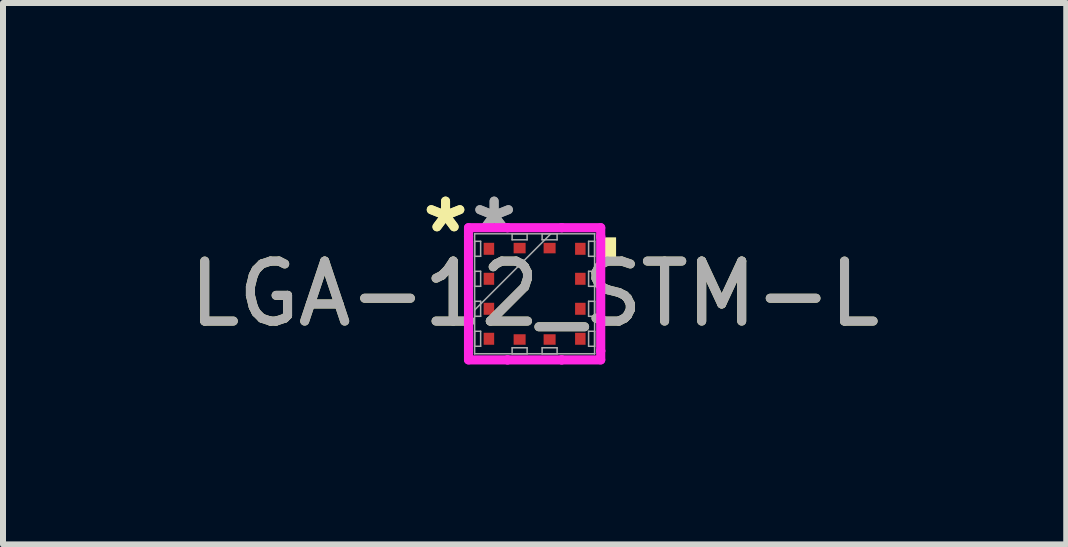
<source format=kicad_pcb>
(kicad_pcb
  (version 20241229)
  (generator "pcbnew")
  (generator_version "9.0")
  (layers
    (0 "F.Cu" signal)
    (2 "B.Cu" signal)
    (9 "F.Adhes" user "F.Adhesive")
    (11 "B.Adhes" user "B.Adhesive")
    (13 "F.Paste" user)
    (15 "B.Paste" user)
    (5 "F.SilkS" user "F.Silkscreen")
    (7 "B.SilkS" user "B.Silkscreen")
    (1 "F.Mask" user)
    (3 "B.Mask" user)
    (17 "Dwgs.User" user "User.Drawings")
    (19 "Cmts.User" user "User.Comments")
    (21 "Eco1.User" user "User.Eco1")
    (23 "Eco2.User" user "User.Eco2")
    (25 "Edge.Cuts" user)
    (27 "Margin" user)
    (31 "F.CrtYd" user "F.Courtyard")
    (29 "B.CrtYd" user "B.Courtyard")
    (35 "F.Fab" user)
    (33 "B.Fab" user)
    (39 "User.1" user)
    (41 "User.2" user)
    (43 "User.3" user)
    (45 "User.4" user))
  (footprint "LGA-12_STM-L"
    (layer "F.Cu")
    (at 5.863 1.848)
    (property "Reference" "LGA-12_STM-L" (at 0 0 0) (unlocked yes) (layer "F.SilkS") (effects (font (size 1 1) (thickness 0.15))))
    (attr smd)
    (fp_poly (pts (xy 1.358 -0.941) (xy 1.358 -0.56) (xy 1.104 -0.56) (xy 1.104 -0.941)) (stroke (width 0) (type solid)) (fill yes) (layer "F.SilkS"))
    (fp_line (start -1.102 -1.102) (end -0.452 -1.102) (stroke (width 0.152) (type solid)) (layer "F.CrtYd"))
    (fp_line (start -1.102 -0.952) (end -1.102 -1.102) (stroke (width 0.152) (type solid)) (layer "F.CrtYd"))
    (fp_line (start -1.102 -0.952) (end -1.102 -0.952) (stroke (width 0.152) (type solid)) (layer "F.CrtYd"))
    (fp_line (start -1.102 0.952) (end -1.102 -0.952) (stroke (width 0.152) (type solid)) (layer "F.CrtYd"))
    (fp_line (start -1.102 0.952) (end -1.102 0.952) (stroke (width 0.152) (type solid)) (layer "F.CrtYd"))
    (fp_line (start -1.102 1.102) (end -1.102 0.952) (stroke (width 0.152) (type solid)) (layer "F.CrtYd"))
    (fp_line (start -0.452 -1.102) (end -0.452 -1.102) (stroke (width 0.152) (type solid)) (layer "F.CrtYd"))
    (fp_line (start -0.452 -1.102) (end 0.452 -1.102) (stroke (width 0.152) (type solid)) (layer "F.CrtYd"))
    (fp_line (start -0.452 1.102) (end -1.102 1.102) (stroke (width 0.152) (type solid)) (layer "F.CrtYd"))
    (fp_line (start -0.452 1.102) (end -0.452 1.102) (stroke (width 0.152) (type solid)) (layer "F.CrtYd"))
    (fp_line (start 0.452 -1.102) (end 0.452 -1.102) (stroke (width 0.152) (type solid)) (layer "F.CrtYd"))
    (fp_line (start 0.452 -1.102) (end 1.102 -1.102) (stroke (width 0.152) (type solid)) (layer "F.CrtYd"))
    (fp_line (start 0.452 1.102) (end -0.452 1.102) (stroke (width 0.152) (type solid)) (layer "F.CrtYd"))
    (fp_line (start 0.452 1.102) (end 0.452 1.102) (stroke (width 0.152) (type solid)) (layer "F.CrtYd"))
    (fp_line (start 1.102 -1.102) (end 1.102 -0.952) (stroke (width 0.152) (type solid)) (layer "F.CrtYd"))
    (fp_line (start 1.102 -0.952) (end 1.102 -0.952) (stroke (width 0.152) (type solid)) (layer "F.CrtYd"))
    (fp_line (start 1.102 -0.952) (end 1.102 0.952) (stroke (width 0.152) (type solid)) (layer "F.CrtYd"))
    (fp_line (start 1.102 0.952) (end 1.102 0.952) (stroke (width 0.152) (type solid)) (layer "F.CrtYd"))
    (fp_line (start 1.102 0.952) (end 1.102 1.102) (stroke (width 0.152) (type solid)) (layer "F.CrtYd"))
    (fp_line (start 1.102 1.102) (end 0.452 1.102) (stroke (width 0.152) (type solid)) (layer "F.CrtYd"))
    (fp_line (start -1 -1) (end -1 -1) (stroke (width 0.025) (type solid)) (layer "F.Fab"))
    (fp_line (start -1 -1) (end -1 1) (stroke (width 0.025) (type solid)) (layer "F.Fab"))
    (fp_line (start -1 -0.875) (end -0.9 -0.875) (stroke (width 0.025) (type solid)) (layer "F.Fab"))
    (fp_line (start -1 -0.625) (end -1 -0.875) (stroke (width 0.025) (type solid)) (layer "F.Fab"))
    (fp_line (start -1 -0.375) (end -0.9 -0.375) (stroke (width 0.025) (type solid)) (layer "F.Fab"))
    (fp_line (start -1 -0.125) (end -1 -0.375) (stroke (width 0.025) (type solid)) (layer "F.Fab"))
    (fp_line (start -1 0.125) (end -0.9 0.125) (stroke (width 0.025) (type solid)) (layer "F.Fab"))
    (fp_line (start -1 0.27) (end 0.27 -1) (stroke (width 0.025) (type solid)) (layer "F.Fab"))
    (fp_line (start -1 0.375) (end -1 0.125) (stroke (width 0.025) (type solid)) (layer "F.Fab"))
    (fp_line (start -1 0.625) (end -0.9 0.625) (stroke (width 0.025) (type solid)) (layer "F.Fab"))
    (fp_line (start -1 0.875) (end -1 0.625) (stroke (width 0.025) (type solid)) (layer "F.Fab"))
    (fp_line (start -1 1) (end -1 1) (stroke (width 0.025) (type solid)) (layer "F.Fab"))
    (fp_line (start -1 1) (end 1 1) (stroke (width 0.025) (type solid)) (layer "F.Fab"))
    (fp_line (start -0.9 -0.875) (end -0.9 -0.625) (stroke (width 0.025) (type solid)) (layer "F.Fab"))
    (fp_line (start -0.9 -0.625) (end -1 -0.625) (stroke (width 0.025) (type solid)) (layer "F.Fab"))
    (fp_line (start -0.9 -0.375) (end -0.9 -0.125) (stroke (width 0.025) (type solid)) (layer "F.Fab"))
    (fp_line (start -0.9 -0.125) (end -1 -0.125) (stroke (width 0.025) (type solid)) (layer "F.Fab"))
    (fp_line (start -0.9 0.125) (end -0.9 0.375) (stroke (width 0.025) (type solid)) (layer "F.Fab"))
    (fp_line (start -0.9 0.375) (end -1 0.375) (stroke (width 0.025) (type solid)) (layer "F.Fab"))
    (fp_line (start -0.9 0.625) (end -0.9 0.875) (stroke (width 0.025) (type solid)) (layer "F.Fab"))
    (fp_line (start -0.9 0.875) (end -1 0.875) (stroke (width 0.025) (type solid)) (layer "F.Fab"))
    (fp_line (start -0.375 -1) (end -0.125 -1) (stroke (width 0.025) (type solid)) (layer "F.Fab"))
    (fp_line (start -0.375 -0.9) (end -0.375 -1) (stroke (width 0.025) (type solid)) (layer "F.Fab"))
    (fp_line (start -0.375 0.9) (end -0.125 0.9) (stroke (width 0.025) (type solid)) (layer "F.Fab"))
    (fp_line (start -0.375 1) (end -0.375 0.9) (stroke (width 0.025) (type solid)) (layer "F.Fab"))
    (fp_line (start -0.125 -1) (end -0.125 -0.9) (stroke (width 0.025) (type solid)) (layer "F.Fab"))
    (fp_line (start -0.125 -0.9) (end -0.375 -0.9) (stroke (width 0.025) (type solid)) (layer "F.Fab"))
    (fp_line (start -0.125 0.9) (end -0.125 1) (stroke (width 0.025) (type solid)) (layer "F.Fab"))
    (fp_line (start -0.125 1) (end -0.375 1) (stroke (width 0.025) (type solid)) (layer "F.Fab"))
    (fp_line (start 0.125 -1) (end 0.375 -1) (stroke (width 0.025) (type solid)) (layer "F.Fab"))
    (fp_line (start 0.125 -0.9) (end 0.125 -1) (stroke (width 0.025) (type solid)) (layer "F.Fab"))
    (fp_line (start 0.125 0.9) (end 0.375 0.9) (stroke (width 0.025) (type solid)) (layer "F.Fab"))
    (fp_line (start 0.125 1) (end 0.125 0.9) (stroke (width 0.025) (type solid)) (layer "F.Fab"))
    (fp_line (start 0.375 -1) (end 0.375 -0.9) (stroke (width 0.025) (type solid)) (layer "F.Fab"))
    (fp_line (start 0.375 -0.9) (end 0.125 -0.9) (stroke (width 0.025) (type solid)) (layer "F.Fab"))
    (fp_line (start 0.375 0.9) (end 0.375 1) (stroke (width 0.025) (type solid)) (layer "F.Fab"))
    (fp_line (start 0.375 1) (end 0.125 1) (stroke (width 0.025) (type solid)) (layer "F.Fab"))
    (fp_line (start 0.9 -0.875) (end 1 -0.875) (stroke (width 0.025) (type solid)) (layer "F.Fab"))
    (fp_line (start 0.9 -0.625) (end 0.9 -0.875) (stroke (width 0.025) (type solid)) (layer "F.Fab"))
    (fp_line (start 0.9 -0.375) (end 1 -0.375) (stroke (width 0.025) (type solid)) (layer "F.Fab"))
    (fp_line (start 0.9 -0.125) (end 0.9 -0.375) (stroke (width 0.025) (type solid)) (layer "F.Fab"))
    (fp_line (start 0.9 0.125) (end 1 0.125) (stroke (width 0.025) (type solid)) (layer "F.Fab"))
    (fp_line (start 0.9 0.375) (end 0.9 0.125) (stroke (width 0.025) (type solid)) (layer "F.Fab"))
    (fp_line (start 0.9 0.625) (end 1 0.625) (stroke (width 0.025) (type solid)) (layer "F.Fab"))
    (fp_line (start 0.9 0.875) (end 0.9 0.625) (stroke (width 0.025) (type solid)) (layer "F.Fab"))
    (fp_line (start 1 -1) (end -1 -1) (stroke (width 0.025) (type solid)) (layer "F.Fab"))
    (fp_line (start 1 -1) (end 1 -1) (stroke (width 0.025) (type solid)) (layer "F.Fab"))
    (fp_line (start 1 -0.875) (end 1 -0.625) (stroke (width 0.025) (type solid)) (layer "F.Fab"))
    (fp_line (start 1 -0.625) (end 0.9 -0.625) (stroke (width 0.025) (type solid)) (layer "F.Fab"))
    (fp_line (start 1 -0.375) (end 1 -0.125) (stroke (width 0.025) (type solid)) (layer "F.Fab"))
    (fp_line (start 1 -0.125) (end 0.9 -0.125) (stroke (width 0.025) (type solid)) (layer "F.Fab"))
    (fp_line (start 1 0.125) (end 1 0.375) (stroke (width 0.025) (type solid)) (layer "F.Fab"))
    (fp_line (start 1 0.375) (end 0.9 0.375) (stroke (width 0.025) (type solid)) (layer "F.Fab"))
    (fp_line (start 1 0.625) (end 1 0.875) (stroke (width 0.025) (type solid)) (layer "F.Fab"))
    (fp_line (start 1 0.875) (end 0.9 0.875) (stroke (width 0.025) (type solid)) (layer "F.Fab"))
    (fp_line (start 1 1) (end 1 -1) (stroke (width 0.025) (type solid)) (layer "F.Fab"))
    (fp_line (start 1 1) (end 1 1) (stroke (width 0.025) (type solid)) (layer "F.Fab"))
    (fp_text user "*" (at -1.485 -1 0) (layer "F.SilkS") (effects (font (size 1 1) (thickness 0.15))))
    (fp_text user "*" (at -1.485 -1 0) (unlocked yes) (layer "F.SilkS") (effects (font (size 1 1) (thickness 0.15))))
    (fp_text user "${REFERENCE}" (at 0 0 0) (unlocked yes) (layer "F.Fab") (effects (font (size 1 1) (thickness 0.15))))
    (fp_text user "*" (at -0.675 -1 0) (unlocked yes) (layer "F.Fab") (effects (font (size 1 1) (thickness 0.15))))
    (fp_text user "*" (at -0.675 -1 0) (layer "F.Fab") (effects (font (size 1 1) (thickness 0.15))))
    (pad "1" smd rect (at -0.762 -0.75 90) (size 0.2 0.175) (layers "F.Cu" "F.Mask" "F.Paste"))
    (pad "2" smd rect (at -0.762 -0.25 90) (size 0.2 0.175) (layers "F.Cu" "F.Mask" "F.Paste"))
    (pad "3" smd rect (at -0.762 0.25 90) (size 0.2 0.175) (layers "F.Cu" "F.Mask" "F.Paste"))
    (pad "4" smd rect (at -0.762 0.75 90) (size 0.2 0.175) (layers "F.Cu" "F.Mask" "F.Paste"))
    (pad "5" smd rect (at -0.25 0.762) (size 0.2 0.175) (layers "F.Cu" "F.Mask" "F.Paste"))
    (pad "6" smd rect (at 0.25 0.762) (size 0.2 0.175) (layers "F.Cu" "F.Mask" "F.Paste"))
    (pad "7" smd rect (at 0.762 0.75 90) (size 0.2 0.175) (layers "F.Cu" "F.Mask" "F.Paste"))
    (pad "8" smd rect (at 0.762 0.25 90) (size 0.2 0.175) (layers "F.Cu" "F.Mask" "F.Paste"))
    (pad "9" smd rect (at 0.762 -0.25 90) (size 0.2 0.175) (layers "F.Cu" "F.Mask" "F.Paste"))
    (pad "10" smd rect (at 0.762 -0.75 90) (size 0.2 0.175) (layers "F.Cu" "F.Mask" "F.Paste"))
    (pad "11" smd rect (at 0.25 -0.762) (size 0.2 0.175) (layers "F.Cu" "F.Mask" "F.Paste"))
    (pad "12" smd rect (at -0.25 -0.762) (size 0.2 0.175) (layers "F.Cu" "F.Mask" "F.Paste")))
  (gr_rect
    (start -3 -3)
    (end 14.726 6.026)
    (stroke (width 0.1) (type default))
    (fill no)
    (layer "Edge.Cuts")))
</source>
